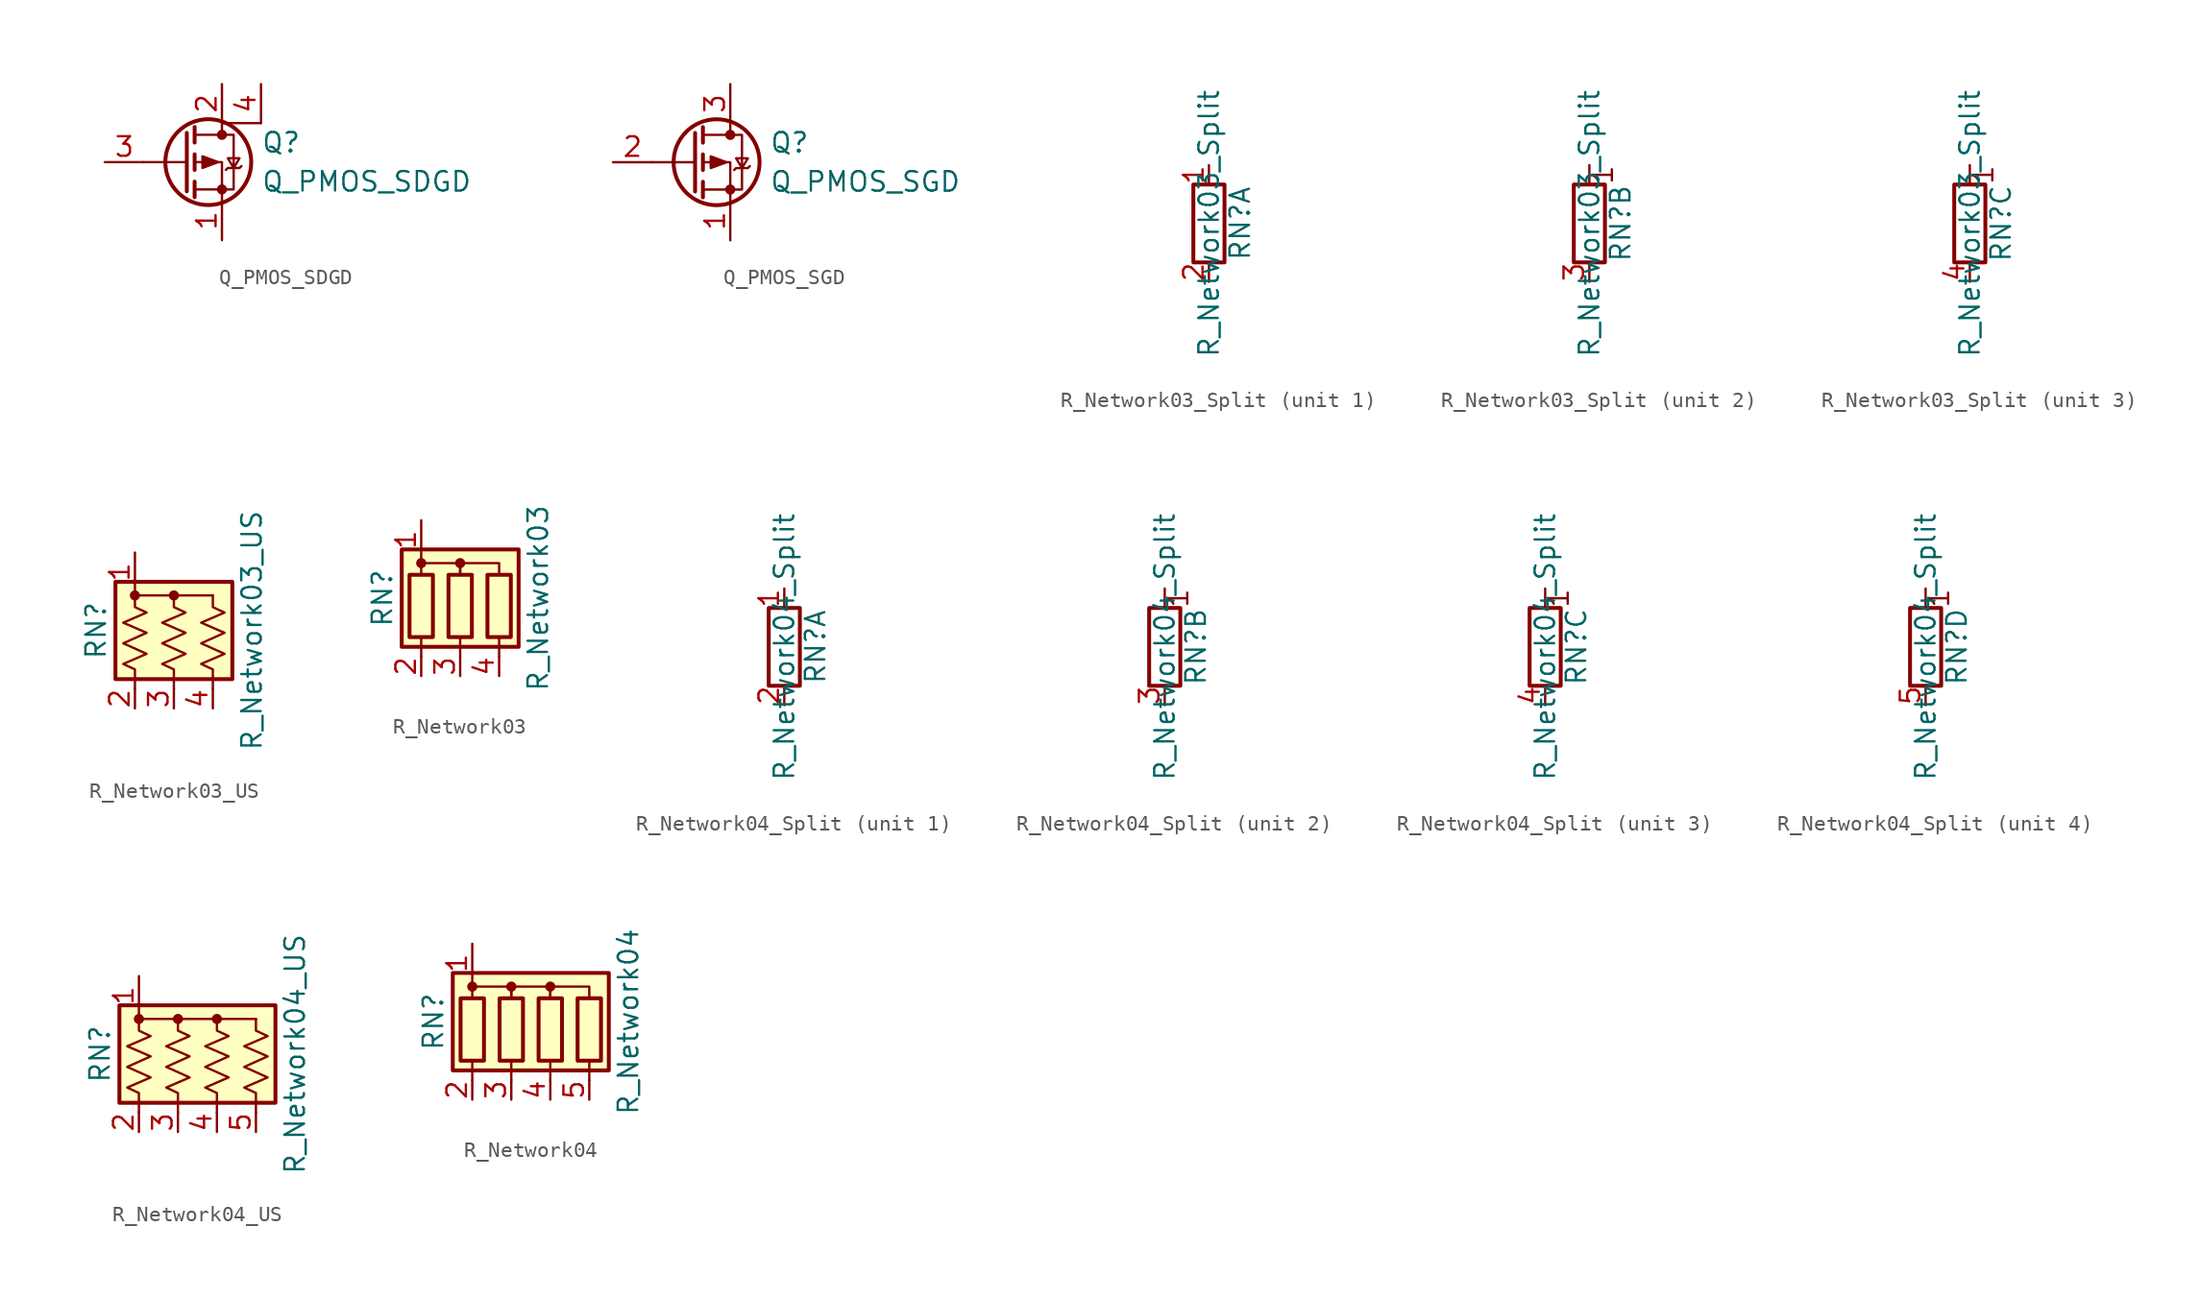
<source format=kicad_sym>
(kicad_symbol_lib
  (version 20201005)
  (generator kicad_symbol_editor)
  (symbol "Q_PMOS_SDGD"
    (pin_names
      (offset 0) hide)
    (property "Reference" "Q"
      (at 5.08 1.27 0)
      (effects (font (size 1.27 1.27)) (justify left)))
    (property "Value" "Q_PMOS_SDGD"
      (at 5.08 -1.27 0)
      (effects (font (size 1.27 1.27)) (justify left)))
    (symbol "Q_PMOS_SDGD_0_1"
      (circle (center 1.651 0) (radius 2.794) (stroke (width 0.254)) (fill (type none)))
      (circle (center 2.54 -1.778) (radius 0.254) (stroke (width 0)) (fill (type outline)))
      (circle (center 2.54 1.778) (radius 0.254) (stroke (width 0)) (fill (type outline)))
      (polyline (pts (xy 0.254 0) (xy -2.54 0)) (stroke (width 0)) (fill (type none)))
      (polyline (pts (xy 0.254 1.905) (xy 0.254 -1.905)) (stroke (width 0.254)) (fill (type none)))
      (polyline (pts (xy 0.762 -1.27) (xy 0.762 -2.286)) (stroke (width 0.254)) (fill (type none)))
      (polyline (pts (xy 0.762 0.508) (xy 0.762 -0.508)) (stroke (width 0.254)) (fill (type none)))
      (polyline (pts (xy 0.762 2.286) (xy 0.762 1.27)) (stroke (width 0.254)) (fill (type none)))
      (polyline (pts (xy 2.54 -2.54) (xy 2.54 0) (xy 0.762 0)) (stroke (width 0)) (fill (type none)))
      (polyline (pts (xy 5.08 2.54) (xy 2.54 2.54) (xy 2.54 1.778)) (stroke (width 0)) (fill (type none)))
      (polyline (pts (xy 0.762 1.778) (xy 3.302 1.778) (xy 3.302 -1.778) (xy 0.762 -1.778)) (stroke (width 0)) (fill (type none)))
      (polyline (pts (xy 2.794 -0.508) (xy 2.921 -0.381) (xy 3.683 -0.381) (xy 3.81 -0.254)) (stroke (width 0)) (fill (type none)))
      (polyline (pts (xy 3.302 -0.381) (xy 2.921 0.254) (xy 3.683 0.254) (xy 3.302 -0.381)) (stroke (width 0)) (fill (type none)))
      (polyline (pts (xy 2.286 0) (xy 1.27 0.381) (xy 1.27 -0.381) (xy 2.286 0)) (stroke (width 0)) (fill (type outline))))
    (symbol "Q_PMOS_SDGD_1_1"
      (pin passive line (at 2.54 -5.08 90) (length 2.54) (name "S" (effects (font (size 1.27 1.27)))) (number "1" (effects (font (size 1.27 1.27)))))
      (pin passive line (at 2.54 5.08 270) (length 2.54) (name "D" (effects (font (size 1.27 1.27)))) (number "2" (effects (font (size 1.27 1.27)))))
      (pin input line (at -5.08 0 0) (length 2.54) (name "G" (effects (font (size 1.27 1.27)))) (number "3" (effects (font (size 1.27 1.27)))))
      (pin passive line (at 5.08 5.08 270) (length 2.54) (name "D" (effects (font (size 1.27 1.27)))) (number "4" (effects (font (size 1.27 1.27)))))))
  (symbol "Q_PMOS_SGD"
    (pin_names
      (offset 0) hide)
    (property "Reference" "Q"
      (at 5.08 1.27 0)
      (effects (font (size 1.27 1.27)) (justify left)))
    (property "Value" "Q_PMOS_SGD"
      (at 5.08 -1.27 0)
      (effects (font (size 1.27 1.27)) (justify left)))
    (symbol "Q_PMOS_SGD_0_1"
      (circle (center 1.651 0) (radius 2.794) (stroke (width 0.254)) (fill (type none)))
      (circle (center 2.54 -1.778) (radius 0.254) (stroke (width 0)) (fill (type outline)))
      (circle (center 2.54 1.778) (radius 0.254) (stroke (width 0)) (fill (type outline)))
      (polyline (pts (xy 0.254 0) (xy -2.54 0)) (stroke (width 0)) (fill (type none)))
      (polyline (pts (xy 0.254 1.905) (xy 0.254 -1.905)) (stroke (width 0.254)) (fill (type none)))
      (polyline (pts (xy 0.762 -1.27) (xy 0.762 -2.286)) (stroke (width 0.254)) (fill (type none)))
      (polyline (pts (xy 0.762 0.508) (xy 0.762 -0.508)) (stroke (width 0.254)) (fill (type none)))
      (polyline (pts (xy 0.762 2.286) (xy 0.762 1.27)) (stroke (width 0.254)) (fill (type none)))
      (polyline (pts (xy 2.54 2.54) (xy 2.54 1.778)) (stroke (width 0)) (fill (type none)))
      (polyline (pts (xy 2.54 -2.54) (xy 2.54 0) (xy 0.762 0)) (stroke (width 0)) (fill (type none)))
      (polyline (pts (xy 0.762 1.778) (xy 3.302 1.778) (xy 3.302 -1.778) (xy 0.762 -1.778)) (stroke (width 0)) (fill (type none)))
      (polyline (pts (xy 2.794 -0.508) (xy 2.921 -0.381) (xy 3.683 -0.381) (xy 3.81 -0.254)) (stroke (width 0)) (fill (type none)))
      (polyline (pts (xy 3.302 -0.381) (xy 2.921 0.254) (xy 3.683 0.254) (xy 3.302 -0.381)) (stroke (width 0)) (fill (type none)))
      (polyline (pts (xy 2.286 0) (xy 1.27 0.381) (xy 1.27 -0.381) (xy 2.286 0)) (stroke (width 0)) (fill (type outline))))
    (symbol "Q_PMOS_SGD_1_1"
      (pin passive line (at 2.54 -5.08 90) (length 2.54) (name "S" (effects (font (size 1.27 1.27)))) (number "1" (effects (font (size 1.27 1.27)))))
      (pin input line (at -5.08 0 0) (length 2.54) (name "G" (effects (font (size 1.27 1.27)))) (number "2" (effects (font (size 1.27 1.27)))))
      (pin passive line (at 2.54 5.08 270) (length 2.54) (name "D" (effects (font (size 1.27 1.27)))) (number "3" (effects (font (size 1.27 1.27)))))))
  (symbol "R_Network03_Split"
    (pin_names
      (offset 0) hide)
    (property "Reference" "RN"
      (at 2.032 0 90)
      (effects (font (size 1.27 1.27))))
    (property "Value" "R_Network03_Split"
      (at 0 0 90)
      (effects (font (size 1.27 1.27))))
    (symbol "R_Network03_Split_0_1"
      (rectangle (start 1.016 2.54) (end -1.016 -2.54) (stroke (width 0.254)) (fill (type none))))
    (symbol "R_Network03_Split_1_1"
      (pin passive line (at 0 3.81 270) (length 1.27) (name "R1.1" (effects (font (size 1.27 1.27)))) (number "1" (effects (font (size 1.27 1.27)))))
      (pin passive line (at 0 -3.81 90) (length 1.27) (name "R1.2" (effects (font (size 1.27 1.27)))) (number "2" (effects (font (size 1.27 1.27))))))
    (symbol "R_Network03_Split_2_1"
      (text "1" (at 0.889 3.175 900) (effects (font (size 1.27 1.27))))
      (polyline (pts (xy 0 2.54) (xy 0 3.81)) (stroke (width 0)) (fill (type none)))
      (pin passive line (at 0 -3.81 90) (length 1.27) (name "R2.2" (effects (font (size 1.27 1.27)))) (number "3" (effects (font (size 1.27 1.27))))))
    (symbol "R_Network03_Split_3_1"
      (text "1" (at 0.889 3.175 900) (effects (font (size 1.27 1.27))))
      (polyline (pts (xy 0 2.54) (xy 0 3.81)) (stroke (width 0)) (fill (type none)))
      (pin passive line (at 0 -3.81 90) (length 1.27) (name "R3.2" (effects (font (size 1.27 1.27)))) (number "4" (effects (font (size 1.27 1.27)))))))
  (symbol "R_Network03_US"
    (pin_names
      (offset 0) hide)
    (property "Reference" "RN"
      (at -5.08 0 90)
      (effects (font (size 1.27 1.27))))
    (property "Value" "R_Network03_US"
      (at 5.08 0 90)
      (effects (font (size 1.27 1.27))))
    (symbol "R_Network03_US_0_1"
      (circle (center -2.54 2.286) (radius 0.254) (stroke (width 0)) (fill (type outline)))
      (circle (center 0 2.286) (radius 0.254) (stroke (width 0)) (fill (type outline)))
      (rectangle (start -3.81 -3.175) (end 3.81 3.175) (stroke (width 0.254)) (fill (type background)))
      (polyline (pts (xy -2.54 2.286) (xy 2.54 2.286)) (stroke (width 0)) (fill (type none)))
      (polyline (pts (xy -2.54 2.286) (xy -2.54 1.524) (xy -1.778 1.168) (xy -3.302 0.508) (xy -1.778 -0.152) (xy -3.302 -0.838) (xy -1.778 -1.524) (xy -3.302 -2.184) (xy -2.54 -2.54) (xy -2.54 -3.81)) (stroke (width 0)) (fill (type none)))
      (polyline (pts (xy 0 2.286) (xy 0 1.524) (xy 0.762 1.168) (xy -0.762 0.508) (xy 0.762 -0.152) (xy -0.762 -0.838) (xy 0.762 -1.524) (xy -0.762 -2.184) (xy 0 -2.54) (xy 0 -3.81)) (stroke (width 0)) (fill (type none)))
      (polyline (pts (xy 2.54 2.286) (xy 2.54 1.524) (xy 3.302 1.168) (xy 1.778 0.508) (xy 3.302 -0.152) (xy 1.778 -0.838) (xy 3.302 -1.524) (xy 1.778 -2.184) (xy 2.54 -2.54) (xy 2.54 -3.81)) (stroke (width 0)) (fill (type none))))
    (symbol "R_Network03_US_1_1"
      (pin passive line (at -2.54 5.08 270) (length 2.54) (name "common" (effects (font (size 1.27 1.27)))) (number "1" (effects (font (size 1.27 1.27)))))
      (pin passive line (at -2.54 -5.08 90) (length 1.27) (name "R1" (effects (font (size 1.27 1.27)))) (number "2" (effects (font (size 1.27 1.27)))))
      (pin passive line (at 0 -5.08 90) (length 1.27) (name "R2" (effects (font (size 1.27 1.27)))) (number "3" (effects (font (size 1.27 1.27)))))
      (pin passive line (at 2.54 -5.08 90) (length 1.27) (name "R3" (effects (font (size 1.27 1.27)))) (number "4" (effects (font (size 1.27 1.27)))))))
  (symbol "R_Network03"
    (pin_names
      (offset 0) hide)
    (property "Reference" "RN"
      (at -5.08 0 90)
      (effects (font (size 1.27 1.27))))
    (property "Value" "R_Network03"
      (at 5.08 0 90)
      (effects (font (size 1.27 1.27))))
    (symbol "R_Network03_0_1"
      (circle (center -2.54 2.286) (radius 0.254) (stroke (width 0)) (fill (type outline)))
      (circle (center 0 2.286) (radius 0.254) (stroke (width 0)) (fill (type outline)))
      (rectangle (start -3.302 1.524) (end -1.778 -2.54) (stroke (width 0.254)) (fill (type none)))
      (rectangle (start -0.762 1.524) (end 0.762 -2.54) (stroke (width 0.254)) (fill (type none)))
      (rectangle (start 1.778 1.524) (end 3.302 -2.54) (stroke (width 0.254)) (fill (type none)))
      (rectangle (start -3.81 -3.175) (end 3.81 3.175) (stroke (width 0.254)) (fill (type background)))
      (polyline (pts (xy -2.54 -2.54) (xy -2.54 -3.81)) (stroke (width 0)) (fill (type none)))
      (polyline (pts (xy 0 -2.54) (xy 0 -3.81)) (stroke (width 0)) (fill (type none)))
      (polyline (pts (xy 2.54 -2.54) (xy 2.54 -3.81)) (stroke (width 0)) (fill (type none)))
      (polyline (pts (xy -2.54 1.524) (xy -2.54 2.286) (xy 0 2.286) (xy 0 1.524)) (stroke (width 0)) (fill (type none)))
      (polyline (pts (xy 0 1.524) (xy 0 2.286) (xy 2.54 2.286) (xy 2.54 1.524)) (stroke (width 0)) (fill (type none))))
    (symbol "R_Network03_1_1"
      (pin passive line (at -2.54 5.08 270) (length 2.54) (name "common" (effects (font (size 1.27 1.27)))) (number "1" (effects (font (size 1.27 1.27)))))
      (pin passive line (at -2.54 -5.08 90) (length 1.27) (name "R1" (effects (font (size 1.27 1.27)))) (number "2" (effects (font (size 1.27 1.27)))))
      (pin passive line (at 0 -5.08 90) (length 1.27) (name "R2" (effects (font (size 1.27 1.27)))) (number "3" (effects (font (size 1.27 1.27)))))
      (pin passive line (at 2.54 -5.08 90) (length 1.27) (name "R3" (effects (font (size 1.27 1.27)))) (number "4" (effects (font (size 1.27 1.27)))))))
  (symbol "R_Network04_Split"
    (pin_names
      (offset 0) hide)
    (property "Reference" "RN"
      (at 2.032 0 90)
      (effects (font (size 1.27 1.27))))
    (property "Value" "R_Network04_Split"
      (at 0 0 90)
      (effects (font (size 1.27 1.27))))
    (symbol "R_Network04_Split_0_1"
      (rectangle (start 1.016 2.54) (end -1.016 -2.54) (stroke (width 0.254)) (fill (type none))))
    (symbol "R_Network04_Split_1_1"
      (pin passive line (at 0 3.81 270) (length 1.27) (name "R1.1" (effects (font (size 1.27 1.27)))) (number "1" (effects (font (size 1.27 1.27)))))
      (pin passive line (at 0 -3.81 90) (length 1.27) (name "R1.2" (effects (font (size 1.27 1.27)))) (number "2" (effects (font (size 1.27 1.27))))))
    (symbol "R_Network04_Split_2_1"
      (text "1" (at 0.889 3.175 900) (effects (font (size 1.27 1.27))))
      (polyline (pts (xy 0 2.54) (xy 0 3.81)) (stroke (width 0)) (fill (type none)))
      (pin passive line (at 0 -3.81 90) (length 1.27) (name "R2.2" (effects (font (size 1.27 1.27)))) (number "3" (effects (font (size 1.27 1.27))))))
    (symbol "R_Network04_Split_3_1"
      (text "1" (at 0.889 3.175 900) (effects (font (size 1.27 1.27))))
      (polyline (pts (xy 0 2.54) (xy 0 3.81)) (stroke (width 0)) (fill (type none)))
      (pin passive line (at 0 -3.81 90) (length 1.27) (name "R3.2" (effects (font (size 1.27 1.27)))) (number "4" (effects (font (size 1.27 1.27))))))
    (symbol "R_Network04_Split_4_1"
      (text "1" (at 0.889 3.175 900) (effects (font (size 1.27 1.27))))
      (polyline (pts (xy 0 2.54) (xy 0 3.81)) (stroke (width 0)) (fill (type none)))
      (pin passive line (at 0 -3.81 90) (length 1.27) (name "R4.2" (effects (font (size 1.27 1.27)))) (number "5" (effects (font (size 1.27 1.27)))))))
  (symbol "R_Network04_US"
    (pin_names
      (offset 0) hide)
    (property "Reference" "RN"
      (at -7.62 0 90)
      (effects (font (size 1.27 1.27))))
    (property "Value" "R_Network04_US"
      (at 5.08 0 90)
      (effects (font (size 1.27 1.27))))
    (symbol "R_Network04_US_0_1"
      (circle (center -5.08 2.286) (radius 0.254) (stroke (width 0)) (fill (type outline)))
      (circle (center -2.54 2.286) (radius 0.254) (stroke (width 0)) (fill (type outline)))
      (circle (center 0 2.286) (radius 0.254) (stroke (width 0)) (fill (type outline)))
      (rectangle (start -6.35 -3.175) (end 3.81 3.175) (stroke (width 0.254)) (fill (type background)))
      (polyline (pts (xy -5.08 2.286) (xy 2.54 2.286)) (stroke (width 0)) (fill (type none)))
      (polyline (pts (xy -5.08 2.286) (xy -5.08 1.524) (xy -4.318 1.168) (xy -5.842 0.508) (xy -4.318 -0.152) (xy -5.842 -0.838) (xy -4.318 -1.524) (xy -5.842 -2.184) (xy -5.08 -2.54) (xy -5.08 -3.81)) (stroke (width 0)) (fill (type none)))
      (polyline (pts (xy -2.54 2.286) (xy -2.54 1.524) (xy -1.778 1.168) (xy -3.302 0.508) (xy -1.778 -0.152) (xy -3.302 -0.838) (xy -1.778 -1.524) (xy -3.302 -2.184) (xy -2.54 -2.54) (xy -2.54 -3.81)) (stroke (width 0)) (fill (type none)))
      (polyline (pts (xy 0 2.286) (xy 0 1.524) (xy 0.762 1.168) (xy -0.762 0.508) (xy 0.762 -0.152) (xy -0.762 -0.838) (xy 0.762 -1.524) (xy -0.762 -2.184) (xy 0 -2.54) (xy 0 -3.81)) (stroke (width 0)) (fill (type none)))
      (polyline (pts (xy 2.54 2.286) (xy 2.54 1.524) (xy 3.302 1.168) (xy 1.778 0.508) (xy 3.302 -0.152) (xy 1.778 -0.838) (xy 3.302 -1.524) (xy 1.778 -2.184) (xy 2.54 -2.54) (xy 2.54 -3.81)) (stroke (width 0)) (fill (type none))))
    (symbol "R_Network04_US_1_1"
      (pin passive line (at -5.08 5.08 270) (length 2.54) (name "common" (effects (font (size 1.27 1.27)))) (number "1" (effects (font (size 1.27 1.27)))))
      (pin passive line (at -5.08 -5.08 90) (length 1.27) (name "R1" (effects (font (size 1.27 1.27)))) (number "2" (effects (font (size 1.27 1.27)))))
      (pin passive line (at -2.54 -5.08 90) (length 1.27) (name "R2" (effects (font (size 1.27 1.27)))) (number "3" (effects (font (size 1.27 1.27)))))
      (pin passive line (at 0 -5.08 90) (length 1.27) (name "R3" (effects (font (size 1.27 1.27)))) (number "4" (effects (font (size 1.27 1.27)))))
      (pin passive line (at 2.54 -5.08 90) (length 1.27) (name "R4" (effects (font (size 1.27 1.27)))) (number "5" (effects (font (size 1.27 1.27)))))))
  (symbol "R_Network04"
    (pin_names
      (offset 0) hide)
    (property "Reference" "RN"
      (at -7.62 0 90)
      (effects (font (size 1.27 1.27))))
    (property "Value" "R_Network04"
      (at 5.08 0 90)
      (effects (font (size 1.27 1.27))))
    (symbol "R_Network04_0_1"
      (circle (center -5.08 2.286) (radius 0.254) (stroke (width 0)) (fill (type outline)))
      (circle (center -2.54 2.286) (radius 0.254) (stroke (width 0)) (fill (type outline)))
      (circle (center 0 2.286) (radius 0.254) (stroke (width 0)) (fill (type outline)))
      (rectangle (start -5.842 1.524) (end -4.318 -2.54) (stroke (width 0.254)) (fill (type none)))
      (rectangle (start -3.302 1.524) (end -1.778 -2.54) (stroke (width 0.254)) (fill (type none)))
      (rectangle (start -0.762 1.524) (end 0.762 -2.54) (stroke (width 0.254)) (fill (type none)))
      (rectangle (start 1.778 1.524) (end 3.302 -2.54) (stroke (width 0.254)) (fill (type none)))
      (rectangle (start -6.35 -3.175) (end 3.81 3.175) (stroke (width 0.254)) (fill (type background)))
      (polyline (pts (xy -5.08 -2.54) (xy -5.08 -3.81)) (stroke (width 0)) (fill (type none)))
      (polyline (pts (xy -2.54 -2.54) (xy -2.54 -3.81)) (stroke (width 0)) (fill (type none)))
      (polyline (pts (xy 0 -2.54) (xy 0 -3.81)) (stroke (width 0)) (fill (type none)))
      (polyline (pts (xy 2.54 -2.54) (xy 2.54 -3.81)) (stroke (width 0)) (fill (type none)))
      (polyline (pts (xy -5.08 1.524) (xy -5.08 2.286) (xy -2.54 2.286) (xy -2.54 1.524)) (stroke (width 0)) (fill (type none)))
      (polyline (pts (xy -2.54 1.524) (xy -2.54 2.286) (xy 0 2.286) (xy 0 1.524)) (stroke (width 0)) (fill (type none)))
      (polyline (pts (xy 0 1.524) (xy 0 2.286) (xy 2.54 2.286) (xy 2.54 1.524)) (stroke (width 0)) (fill (type none))))
    (symbol "R_Network04_1_1"
      (pin passive line (at -5.08 5.08 270) (length 2.54) (name "common" (effects (font (size 1.27 1.27)))) (number "1" (effects (font (size 1.27 1.27)))))
      (pin passive line (at -5.08 -5.08 90) (length 1.27) (name "R1" (effects (font (size 1.27 1.27)))) (number "2" (effects (font (size 1.27 1.27)))))
      (pin passive line (at -2.54 -5.08 90) (length 1.27) (name "R2" (effects (font (size 1.27 1.27)))) (number "3" (effects (font (size 1.27 1.27)))))
      (pin passive line (at 0 -5.08 90) (length 1.27) (name "R3" (effects (font (size 1.27 1.27)))) (number "4" (effects (font (size 1.27 1.27)))))
      (pin passive line (at 2.54 -5.08 90) (length 1.27) (name "R4" (effects (font (size 1.27 1.27)))) (number "5" (effects (font (size 1.27 1.27))))))))
</source>
